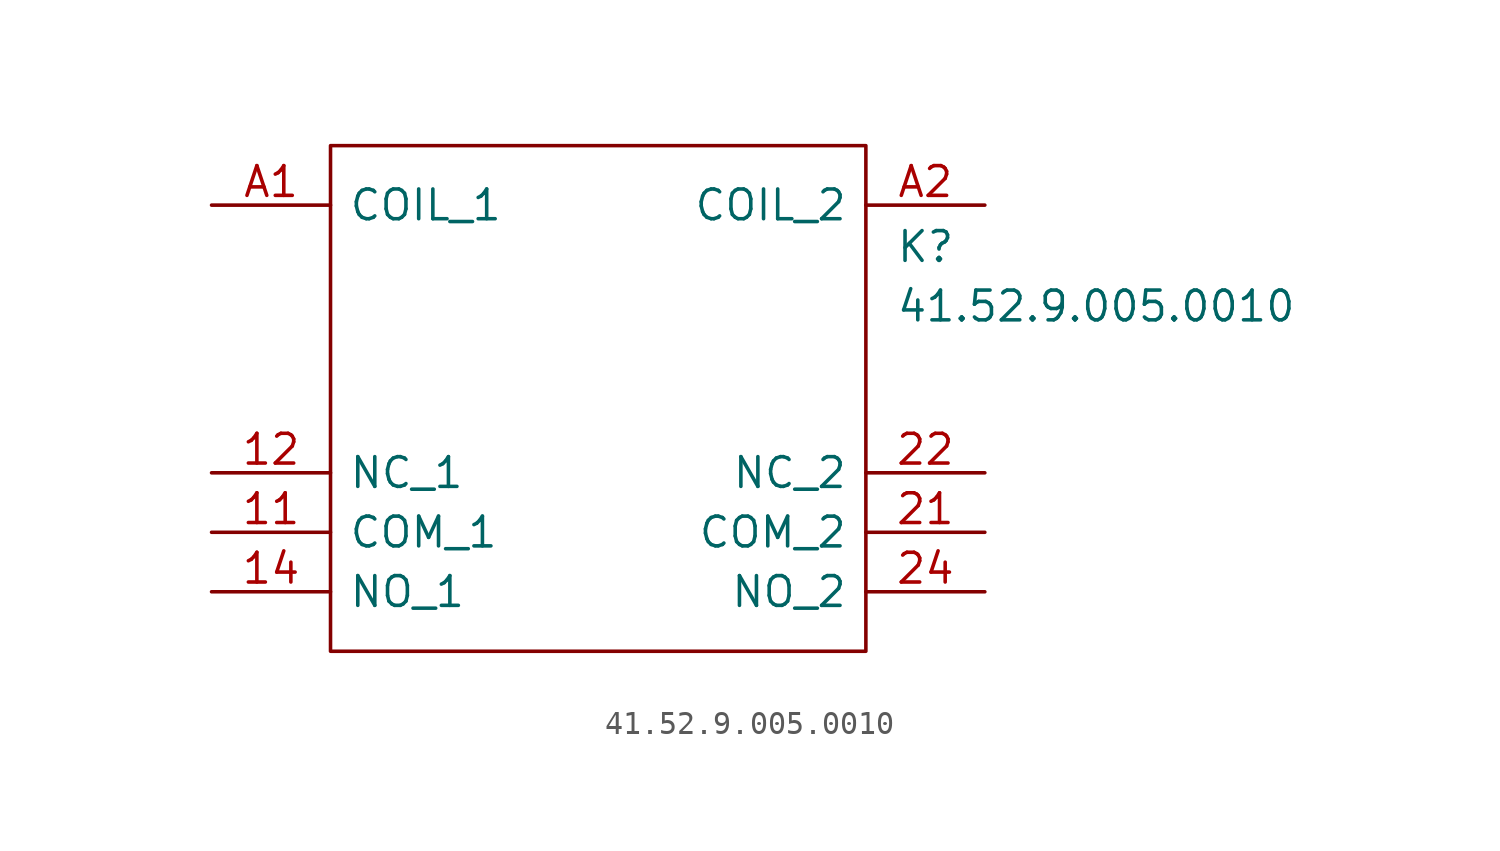
<source format=kicad_sym>
(kicad_symbol_lib
  (version 20241209)
  (generator "kicad_symbol_editor")
  (generator_version "9.0")
  (symbol "41.52.9.005.0010"
    (pin_names
      (offset 0.762))
    (property "Reference" "K"
      (at 29.21 7.112 0)
      (effects (font (size 1.27 1.27)) (justify left)))
    (property "Value" "41.52.9.005.0010"
      (at 29.21 4.572 0)
      (effects (font (size 1.27 1.27)) (justify left)))
    (symbol "41.52.9.005.0010_0_0"
      (pin passive line (at 0 8.89 0) (length 5.08) (name "COIL_1" (effects (font (size 1.27 1.27)))) (number "A1" (effects (font (size 1.27 1.27)))))
      (pin passive line (at 0 -2.54 0) (length 5.08) (name "NC_1" (effects (font (size 1.27 1.27)))) (number "12" (effects (font (size 1.27 1.27)))))
      (pin passive line (at 0 -5.08 0) (length 5.08) (name "COM_1" (effects (font (size 1.27 1.27)))) (number "11" (effects (font (size 1.27 1.27)))))
      (pin passive line (at 0 -7.62 0) (length 5.08) (name "NO_1" (effects (font (size 1.27 1.27)))) (number "14" (effects (font (size 1.27 1.27)))))
      (pin passive line (at 33.02 8.89 180) (length 5.08) (name "COIL_2" (effects (font (size 1.27 1.27)))) (number "A2" (effects (font (size 1.27 1.27)))))
      (pin passive line (at 33.02 -2.54 180) (length 5.08) (name "NC_2" (effects (font (size 1.27 1.27)))) (number "22" (effects (font (size 1.27 1.27)))))
      (pin passive line (at 33.02 -5.08 180) (length 5.08) (name "COM_2" (effects (font (size 1.27 1.27)))) (number "21" (effects (font (size 1.27 1.27)))))
      (pin passive line (at 33.02 -7.62 180) (length 5.08) (name "NO_2" (effects (font (size 1.27 1.27)))) (number "24" (effects (font (size 1.27 1.27))))))
    (symbol "41.52.9.005.0010_0_1"
      (polyline (pts (xy 5.08 11.43) (xy 27.94 11.43) (xy 27.94 -10.16) (xy 5.08 -10.16) (xy 5.08 11.43)) (stroke (width 0.152) (type solid)) (fill (type none))))))
</source>
